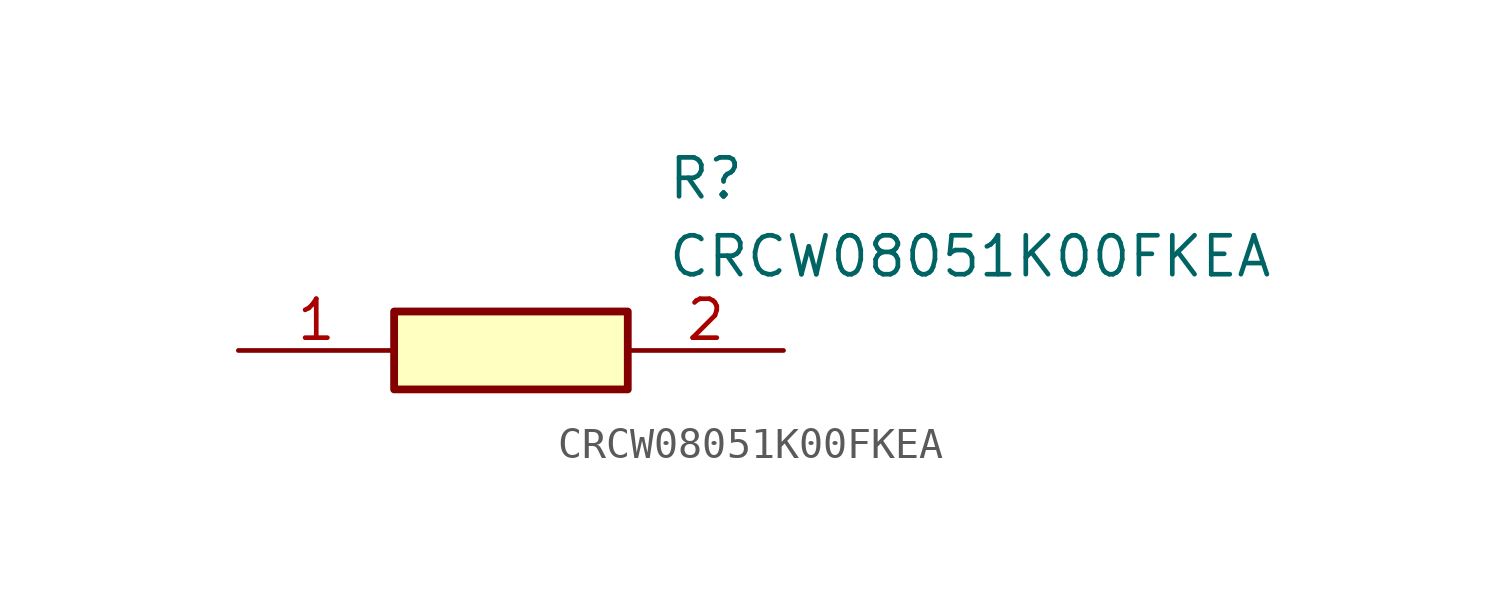
<source format=kicad_sym>
(kicad_symbol_lib
  (version 20211014)
  (generator SamacSys_ECAD_Model)
  (symbol "CRCW08051K00FKEA"
    (pin_names hide)
    (property "Reference" "R"
      (at 13.97 6.35 0)
      (effects (font (size 1.27 1.27)) (justify left top)))
    (property "Value" "CRCW08051K00FKEA"
      (at 13.97 3.81 0)
      (effects (font (size 1.27 1.27)) (justify left top)))
    (rectangle
      (start 5.08 1.27)
      (end 12.7 -1.27)
      (stroke (width 0.254) (type default))
      (fill (type background)))
    (pin passive line
      (at 0 0 0)
      (length 5.08)
      (name "1" (effects (font (size 1.27 1.27))))
      (number "1" (effects (font (size 1.27 1.27)))))
    (pin passive line
      (at 17.78 0 180)
      (length 5.08)
      (name "2" (effects (font (size 1.27 1.27))))
      (number "2" (effects (font (size 1.27 1.27)))))))
</source>
